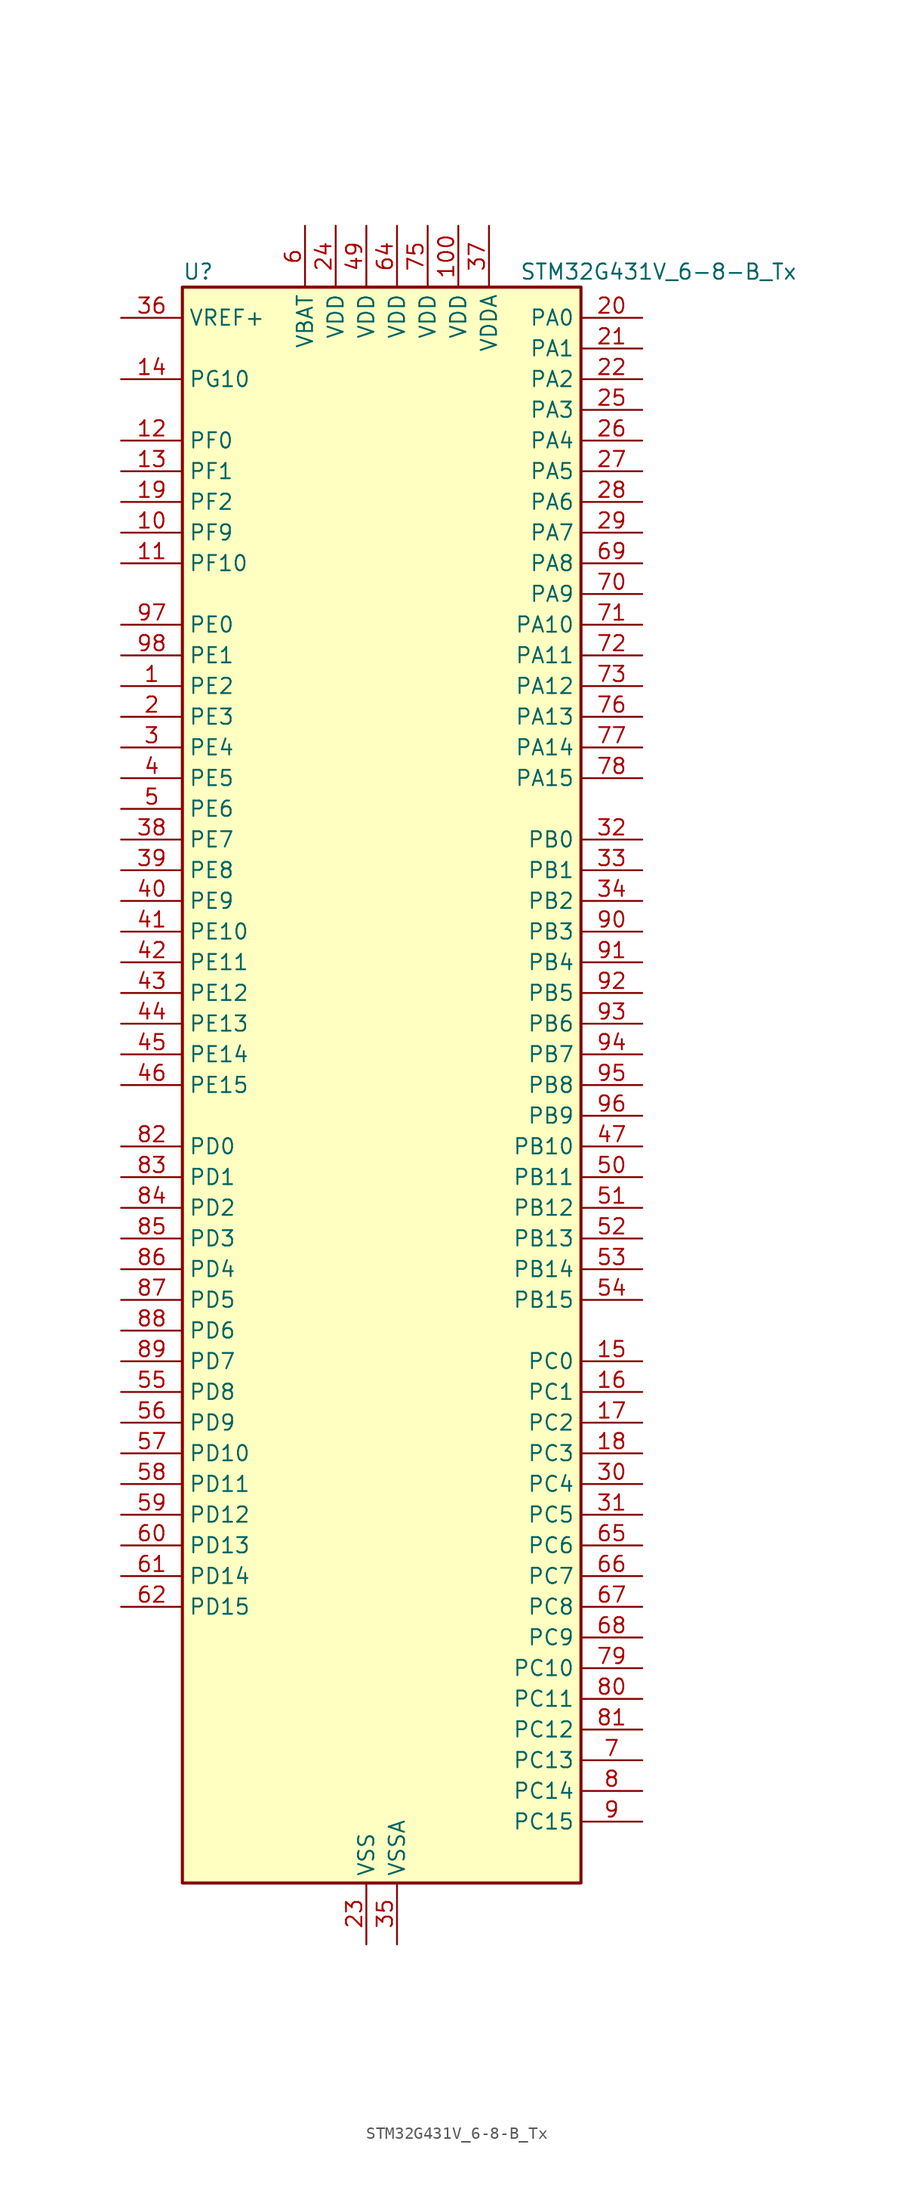
<source format=kicad_sym>
(kicad_symbol_lib
  (version 20220914)
  (generator kicad_symbol_editor)
  (symbol "STM32G431V_6-8-B_Tx"
    (property "Reference" "U"
      (at -15.24 67.31 0)
      (effects (font (size 1.27 1.27)) (justify left)))
    (property "Value" "STM32G431V_6-8-B_Tx"
      (at 12.7 67.31 0)
      (effects (font (size 1.27 1.27)) (justify left)))
    (property "ki_locked" ""
      (at 0 0 0)
      (effects (font (size 1.27 1.27))))
    (symbol "STM32G431V_6-8-B_Tx_0_1"
      (rectangle (start -15.24 -66.04) (end 17.78 66.04) (stroke (width 0.254) (type default)) (fill (type background))))
    (symbol "STM32G431V_6-8-B_Tx_1_1"
      (pin bidirectional line (at -20.32 33.02 0) (length 5.08) (name "PE2" (effects (font (size 1.27 1.27)))) (number "1" (effects (font (size 1.27 1.27)))) (alternate "SAI1_CK1" bidirectional line) (alternate "SAI1_MCLK_A" bidirectional line) (alternate "SYS_TRACECLK" bidirectional line) (alternate "TIM3_CH1" bidirectional line))
      (pin bidirectional line (at -20.32 45.72 0) (length 5.08) (name "PF9" (effects (font (size 1.27 1.27)))) (number "10" (effects (font (size 1.27 1.27)))) (alternate "DAC1_EXTI9" bidirectional line) (alternate "DAC3_EXTI9" bidirectional line) (alternate "SAI1_FS_B" bidirectional line) (alternate "SPI2_SCK" bidirectional line) (alternate "TIM15_CH1" bidirectional line))
      (pin power_in line (at 7.62 71.12 270) (length 5.08) (name "VDD" (effects (font (size 1.27 1.27)))) (number "100" (effects (font (size 1.27 1.27)))))
      (pin bidirectional line (at -20.32 43.18 0) (length 5.08) (name "PF10" (effects (font (size 1.27 1.27)))) (number "11" (effects (font (size 1.27 1.27)))) (alternate "DAC1_EXTI10" bidirectional line) (alternate "DAC3_EXTI10" bidirectional line) (alternate "SAI1_D3" bidirectional line) (alternate "SPI2_SCK" bidirectional line) (alternate "TIM15_CH2" bidirectional line))
      (pin bidirectional line (at -20.32 53.34 0) (length 5.08) (name "PF0" (effects (font (size 1.27 1.27)))) (number "12" (effects (font (size 1.27 1.27)))) (alternate "ADC1_IN10" bidirectional line) (alternate "I2C2_SDA" bidirectional line) (alternate "I2S2_WS" bidirectional line) (alternate "RCC_OSC_IN" bidirectional line) (alternate "SPI2_NSS" bidirectional line) (alternate "TIM1_CH3N" bidirectional line))
      (pin bidirectional line (at -20.32 50.8 0) (length 5.08) (name "PF1" (effects (font (size 1.27 1.27)))) (number "13" (effects (font (size 1.27 1.27)))) (alternate "ADC2_IN10" bidirectional line) (alternate "COMP3_INM" bidirectional line) (alternate "I2S2_CK" bidirectional line) (alternate "RCC_OSC_OUT" bidirectional line) (alternate "SPI2_SCK" bidirectional line))
      (pin bidirectional line (at -20.32 58.42 0) (length 5.08) (name "PG10" (effects (font (size 1.27 1.27)))) (number "14" (effects (font (size 1.27 1.27)))) (alternate "DAC1_EXTI10" bidirectional line) (alternate "DAC3_EXTI10" bidirectional line) (alternate "RCC_MCO" bidirectional line))
      (pin bidirectional line (at 22.86 -22.86 180) (length 5.08) (name "PC0" (effects (font (size 1.27 1.27)))) (number "15" (effects (font (size 1.27 1.27)))) (alternate "ADC1_IN6" bidirectional line) (alternate "ADC2_IN6" bidirectional line) (alternate "COMP3_INM" bidirectional line) (alternate "LPTIM1_IN1" bidirectional line) (alternate "LPUART1_RX" bidirectional line) (alternate "TIM1_CH1" bidirectional line))
      (pin bidirectional line (at 22.86 -25.4 180) (length 5.08) (name "PC1" (effects (font (size 1.27 1.27)))) (number "16" (effects (font (size 1.27 1.27)))) (alternate "ADC1_IN7" bidirectional line) (alternate "ADC2_IN7" bidirectional line) (alternate "COMP3_INP" bidirectional line) (alternate "LPTIM1_OUT" bidirectional line) (alternate "LPUART1_TX" bidirectional line) (alternate "SAI1_SD_A" bidirectional line) (alternate "TIM1_CH2" bidirectional line))
      (pin bidirectional line (at 22.86 -27.94 180) (length 5.08) (name "PC2" (effects (font (size 1.27 1.27)))) (number "17" (effects (font (size 1.27 1.27)))) (alternate "ADC1_IN8" bidirectional line) (alternate "ADC2_IN8" bidirectional line) (alternate "COMP3_OUT" bidirectional line) (alternate "LPTIM1_IN2" bidirectional line) (alternate "TIM1_CH3" bidirectional line))
      (pin bidirectional line (at 22.86 -30.48 180) (length 5.08) (name "PC3" (effects (font (size 1.27 1.27)))) (number "18" (effects (font (size 1.27 1.27)))) (alternate "ADC1_IN9" bidirectional line) (alternate "ADC2_IN9" bidirectional line) (alternate "LPTIM1_ETR" bidirectional line) (alternate "SAI1_D1" bidirectional line) (alternate "SAI1_SD_A" bidirectional line) (alternate "TIM1_BKIN2" bidirectional line) (alternate "TIM1_CH4" bidirectional line))
      (pin bidirectional line (at -20.32 48.26 0) (length 5.08) (name "PF2" (effects (font (size 1.27 1.27)))) (number "19" (effects (font (size 1.27 1.27)))) (alternate "I2C2_SMBA" bidirectional line))
      (pin bidirectional line (at -20.32 30.48 0) (length 5.08) (name "PE3" (effects (font (size 1.27 1.27)))) (number "2" (effects (font (size 1.27 1.27)))) (alternate "SAI1_SD_B" bidirectional line) (alternate "SYS_TRACED0" bidirectional line) (alternate "TIM3_CH2" bidirectional line))
      (pin bidirectional line (at 22.86 63.5 180) (length 5.08) (name "PA0" (effects (font (size 1.27 1.27)))) (number "20" (effects (font (size 1.27 1.27)))) (alternate "ADC1_IN1" bidirectional line) (alternate "ADC2_IN1" bidirectional line) (alternate "COMP1_INM" bidirectional line) (alternate "COMP1_OUT" bidirectional line) (alternate "COMP3_INP" bidirectional line) (alternate "RTC_TAMP2" bidirectional line) (alternate "SYS_WKUP1" bidirectional line) (alternate "TIM2_CH1" bidirectional line) (alternate "TIM2_ETR" bidirectional line) (alternate "TIM8_BKIN" bidirectional line) (alternate "TIM8_ETR" bidirectional line) (alternate "USART2_CTS" bidirectional line) (alternate "USART2_NSS" bidirectional line))
      (pin bidirectional line (at 22.86 60.96 180) (length 5.08) (name "PA1" (effects (font (size 1.27 1.27)))) (number "21" (effects (font (size 1.27 1.27)))) (alternate "ADC1_IN2" bidirectional line) (alternate "ADC2_IN2" bidirectional line) (alternate "COMP1_INP" bidirectional line) (alternate "OPAMP1_VINP" bidirectional line) (alternate "OPAMP1_VINP_SEC" bidirectional line) (alternate "OPAMP3_VINP" bidirectional line) (alternate "OPAMP3_VINP_SEC" bidirectional line) (alternate "RTC_REFIN" bidirectional line) (alternate "TIM15_CH1N" bidirectional line) (alternate "TIM2_CH2" bidirectional line) (alternate "USART2_DE" bidirectional line) (alternate "USART2_RTS" bidirectional line))
      (pin bidirectional line (at 22.86 58.42 180) (length 5.08) (name "PA2" (effects (font (size 1.27 1.27)))) (number "22" (effects (font (size 1.27 1.27)))) (alternate "ADC1_IN3" bidirectional line) (alternate "COMP2_INM" bidirectional line) (alternate "COMP2_OUT" bidirectional line) (alternate "LPUART1_TX" bidirectional line) (alternate "OPAMP1_VOUT" bidirectional line) (alternate "RCC_LSCO" bidirectional line) (alternate "SYS_WKUP4" bidirectional line) (alternate "TIM15_CH1" bidirectional line) (alternate "TIM2_CH3" bidirectional line) (alternate "UCPD1_FRSTX1" bidirectional line) (alternate "UCPD1_FRSTX2" bidirectional line) (alternate "USART2_TX" bidirectional line))
      (pin power_in line (at 0 -71.12 90) (length 5.08) (name "VSS" (effects (font (size 1.27 1.27)))) (number "23" (effects (font (size 1.27 1.27)))))
      (pin power_in line (at -2.54 71.12 270) (length 5.08) (name "VDD" (effects (font (size 1.27 1.27)))) (number "24" (effects (font (size 1.27 1.27)))))
      (pin bidirectional line (at 22.86 55.88 180) (length 5.08) (name "PA3" (effects (font (size 1.27 1.27)))) (number "25" (effects (font (size 1.27 1.27)))) (alternate "ADC1_IN4" bidirectional line) (alternate "COMP2_INP" bidirectional line) (alternate "LPUART1_RX" bidirectional line) (alternate "OPAMP1_VINM" bidirectional line) (alternate "OPAMP1_VINM0" bidirectional line) (alternate "OPAMP1_VINM_SEC" bidirectional line) (alternate "OPAMP1_VINP" bidirectional line) (alternate "OPAMP1_VINP_SEC" bidirectional line) (alternate "SAI1_CK1" bidirectional line) (alternate "SAI1_MCLK_A" bidirectional line) (alternate "TIM15_CH2" bidirectional line) (alternate "TIM2_CH4" bidirectional line) (alternate "USART2_RX" bidirectional line))
      (pin bidirectional line (at 22.86 53.34 180) (length 5.08) (name "PA4" (effects (font (size 1.27 1.27)))) (number "26" (effects (font (size 1.27 1.27)))) (alternate "ADC2_IN17" bidirectional line) (alternate "COMP1_INM" bidirectional line) (alternate "DAC1_OUT1" bidirectional line) (alternate "I2S3_WS" bidirectional line) (alternate "SAI1_FS_B" bidirectional line) (alternate "SPI1_NSS" bidirectional line) (alternate "SPI3_NSS" bidirectional line) (alternate "TIM3_CH2" bidirectional line) (alternate "USART2_CK" bidirectional line))
      (pin bidirectional line (at 22.86 50.8 180) (length 5.08) (name "PA5" (effects (font (size 1.27 1.27)))) (number "27" (effects (font (size 1.27 1.27)))) (alternate "ADC2_IN13" bidirectional line) (alternate "COMP2_INM" bidirectional line) (alternate "DAC1_OUT2" bidirectional line) (alternate "OPAMP2_VINM" bidirectional line) (alternate "OPAMP2_VINM0" bidirectional line) (alternate "OPAMP2_VINM_SEC" bidirectional line) (alternate "SPI1_SCK" bidirectional line) (alternate "TIM2_CH1" bidirectional line) (alternate "TIM2_ETR" bidirectional line) (alternate "UCPD1_FRSTX1" bidirectional line) (alternate "UCPD1_FRSTX2" bidirectional line))
      (pin bidirectional line (at 22.86 48.26 180) (length 5.08) (name "PA6" (effects (font (size 1.27 1.27)))) (number "28" (effects (font (size 1.27 1.27)))) (alternate "ADC2_IN3" bidirectional line) (alternate "COMP1_OUT" bidirectional line) (alternate "LPUART1_CTS" bidirectional line) (alternate "OPAMP2_VOUT" bidirectional line) (alternate "SPI1_MISO" bidirectional line) (alternate "TIM16_CH1" bidirectional line) (alternate "TIM1_BKIN" bidirectional line) (alternate "TIM3_CH1" bidirectional line) (alternate "TIM8_BKIN" bidirectional line))
      (pin bidirectional line (at 22.86 45.72 180) (length 5.08) (name "PA7" (effects (font (size 1.27 1.27)))) (number "29" (effects (font (size 1.27 1.27)))) (alternate "ADC2_IN4" bidirectional line) (alternate "COMP2_INP" bidirectional line) (alternate "COMP2_OUT" bidirectional line) (alternate "OPAMP1_VINP" bidirectional line) (alternate "OPAMP1_VINP_SEC" bidirectional line) (alternate "OPAMP2_VINP" bidirectional line) (alternate "OPAMP2_VINP_SEC" bidirectional line) (alternate "SPI1_MOSI" bidirectional line) (alternate "TIM17_CH1" bidirectional line) (alternate "TIM1_CH1N" bidirectional line) (alternate "TIM3_CH2" bidirectional line) (alternate "TIM8_CH1N" bidirectional line) (alternate "UCPD1_FRSTX1" bidirectional line) (alternate "UCPD1_FRSTX2" bidirectional line))
      (pin bidirectional line (at -20.32 27.94 0) (length 5.08) (name "PE4" (effects (font (size 1.27 1.27)))) (number "3" (effects (font (size 1.27 1.27)))) (alternate "SAI1_D2" bidirectional line) (alternate "SAI1_FS_A" bidirectional line) (alternate "SYS_TRACED1" bidirectional line) (alternate "TIM3_CH3" bidirectional line))
      (pin bidirectional line (at 22.86 -33.02 180) (length 5.08) (name "PC4" (effects (font (size 1.27 1.27)))) (number "30" (effects (font (size 1.27 1.27)))) (alternate "ADC2_IN5" bidirectional line) (alternate "I2C2_SCL" bidirectional line) (alternate "TIM1_ETR" bidirectional line) (alternate "USART1_TX" bidirectional line))
      (pin bidirectional line (at 22.86 -35.56 180) (length 5.08) (name "PC5" (effects (font (size 1.27 1.27)))) (number "31" (effects (font (size 1.27 1.27)))) (alternate "ADC2_IN11" bidirectional line) (alternate "OPAMP1_VINM" bidirectional line) (alternate "OPAMP1_VINM1" bidirectional line) (alternate "OPAMP1_VINM_SEC" bidirectional line) (alternate "OPAMP2_VINM" bidirectional line) (alternate "OPAMP2_VINM1" bidirectional line) (alternate "OPAMP2_VINM_SEC" bidirectional line) (alternate "SAI1_D3" bidirectional line) (alternate "SYS_WKUP5" bidirectional line) (alternate "TIM15_BKIN" bidirectional line) (alternate "TIM1_CH4N" bidirectional line) (alternate "USART1_RX" bidirectional line))
      (pin bidirectional line (at 22.86 20.32 180) (length 5.08) (name "PB0" (effects (font (size 1.27 1.27)))) (number "32" (effects (font (size 1.27 1.27)))) (alternate "ADC1_IN15" bidirectional line) (alternate "COMP4_INP" bidirectional line) (alternate "OPAMP2_VINP" bidirectional line) (alternate "OPAMP2_VINP_SEC" bidirectional line) (alternate "OPAMP3_VINP" bidirectional line) (alternate "OPAMP3_VINP_SEC" bidirectional line) (alternate "TIM1_CH2N" bidirectional line) (alternate "TIM3_CH3" bidirectional line) (alternate "TIM8_CH2N" bidirectional line) (alternate "UCPD1_FRSTX1" bidirectional line) (alternate "UCPD1_FRSTX2" bidirectional line))
      (pin bidirectional line (at 22.86 17.78 180) (length 5.08) (name "PB1" (effects (font (size 1.27 1.27)))) (number "33" (effects (font (size 1.27 1.27)))) (alternate "ADC1_IN12" bidirectional line) (alternate "COMP1_INP" bidirectional line) (alternate "COMP4_OUT" bidirectional line) (alternate "LPUART1_DE" bidirectional line) (alternate "LPUART1_RTS" bidirectional line) (alternate "OPAMP3_VOUT" bidirectional line) (alternate "TIM1_CH3N" bidirectional line) (alternate "TIM3_CH4" bidirectional line) (alternate "TIM8_CH3N" bidirectional line))
      (pin bidirectional line (at 22.86 15.24 180) (length 5.08) (name "PB2" (effects (font (size 1.27 1.27)))) (number "34" (effects (font (size 1.27 1.27)))) (alternate "ADC2_IN12" bidirectional line) (alternate "COMP4_INM" bidirectional line) (alternate "I2C3_SMBA" bidirectional line) (alternate "LPTIM1_OUT" bidirectional line) (alternate "OPAMP3_VINM" bidirectional line) (alternate "OPAMP3_VINM0" bidirectional line) (alternate "OPAMP3_VINM_SEC" bidirectional line) (alternate "RTC_OUT2" bidirectional line))
      (pin power_in line (at 2.54 -71.12 90) (length 5.08) (name "VSSA" (effects (font (size 1.27 1.27)))) (number "35" (effects (font (size 1.27 1.27)))))
      (pin input line (at -20.32 63.5 0) (length 5.08) (name "VREF+" (effects (font (size 1.27 1.27)))) (number "36" (effects (font (size 1.27 1.27)))) (alternate "VREFBUF_OUT" bidirectional line))
      (pin power_in line (at 10.16 71.12 270) (length 5.08) (name "VDDA" (effects (font (size 1.27 1.27)))) (number "37" (effects (font (size 1.27 1.27)))))
      (pin bidirectional line (at -20.32 20.32 0) (length 5.08) (name "PE7" (effects (font (size 1.27 1.27)))) (number "38" (effects (font (size 1.27 1.27)))) (alternate "COMP4_INP" bidirectional line) (alternate "SAI1_SD_B" bidirectional line) (alternate "TIM1_ETR" bidirectional line))
      (pin bidirectional line (at -20.32 17.78 0) (length 5.08) (name "PE8" (effects (font (size 1.27 1.27)))) (number "39" (effects (font (size 1.27 1.27)))) (alternate "COMP4_INM" bidirectional line) (alternate "SAI1_SCK_B" bidirectional line) (alternate "TIM1_CH1N" bidirectional line))
      (pin bidirectional line (at -20.32 25.4 0) (length 5.08) (name "PE5" (effects (font (size 1.27 1.27)))) (number "4" (effects (font (size 1.27 1.27)))) (alternate "SAI1_CK2" bidirectional line) (alternate "SAI1_SCK_A" bidirectional line) (alternate "SYS_TRACED2" bidirectional line) (alternate "TIM3_CH4" bidirectional line))
      (pin bidirectional line (at -20.32 15.24 0) (length 5.08) (name "PE9" (effects (font (size 1.27 1.27)))) (number "40" (effects (font (size 1.27 1.27)))) (alternate "DAC1_EXTI9" bidirectional line) (alternate "DAC3_EXTI9" bidirectional line) (alternate "SAI1_FS_B" bidirectional line) (alternate "TIM1_CH1" bidirectional line))
      (pin bidirectional line (at -20.32 12.7 0) (length 5.08) (name "PE10" (effects (font (size 1.27 1.27)))) (number "41" (effects (font (size 1.27 1.27)))) (alternate "DAC1_EXTI10" bidirectional line) (alternate "DAC3_EXTI10" bidirectional line) (alternate "SAI1_MCLK_B" bidirectional line) (alternate "TIM1_CH2N" bidirectional line))
      (pin bidirectional line (at -20.32 10.16 0) (length 5.08) (name "PE11" (effects (font (size 1.27 1.27)))) (number "42" (effects (font (size 1.27 1.27)))) (alternate "ADC1_EXTI11" bidirectional line) (alternate "ADC2_EXTI11" bidirectional line) (alternate "TIM1_CH2" bidirectional line))
      (pin bidirectional line (at -20.32 7.62 0) (length 5.08) (name "PE12" (effects (font (size 1.27 1.27)))) (number "43" (effects (font (size 1.27 1.27)))) (alternate "TIM1_CH3N" bidirectional line))
      (pin bidirectional line (at -20.32 5.08 0) (length 5.08) (name "PE13" (effects (font (size 1.27 1.27)))) (number "44" (effects (font (size 1.27 1.27)))) (alternate "TIM1_CH3" bidirectional line))
      (pin bidirectional line (at -20.32 2.54 0) (length 5.08) (name "PE14" (effects (font (size 1.27 1.27)))) (number "45" (effects (font (size 1.27 1.27)))) (alternate "TIM1_BKIN2" bidirectional line) (alternate "TIM1_CH4" bidirectional line))
      (pin bidirectional line (at -20.32 0 0) (length 5.08) (name "PE15" (effects (font (size 1.27 1.27)))) (number "46" (effects (font (size 1.27 1.27)))) (alternate "ADC1_EXTI15" bidirectional line) (alternate "ADC2_EXTI15" bidirectional line) (alternate "TIM1_BKIN" bidirectional line) (alternate "TIM1_CH4N" bidirectional line) (alternate "USART3_RX" bidirectional line))
      (pin bidirectional line (at 22.86 -5.08 180) (length 5.08) (name "PB10" (effects (font (size 1.27 1.27)))) (number "47" (effects (font (size 1.27 1.27)))) (alternate "DAC1_EXTI10" bidirectional line) (alternate "DAC3_EXTI10" bidirectional line) (alternate "LPUART1_RX" bidirectional line) (alternate "OPAMP3_VINM" bidirectional line) (alternate "OPAMP3_VINM1" bidirectional line) (alternate "OPAMP3_VINM_SEC" bidirectional line) (alternate "SAI1_SCK_A" bidirectional line) (alternate "TIM1_BKIN" bidirectional line) (alternate "TIM2_CH3" bidirectional line) (alternate "USART3_TX" bidirectional line))
      (pin passive line (at 0 -71.12 90) (length 5.08) hide (name "VSS" (effects (font (size 1.27 1.27)))) (number "48" (effects (font (size 1.27 1.27)))))
      (pin power_in line (at 0 71.12 270) (length 5.08) (name "VDD" (effects (font (size 1.27 1.27)))) (number "49" (effects (font (size 1.27 1.27)))))
      (pin bidirectional line (at -20.32 22.86 0) (length 5.08) (name "PE6" (effects (font (size 1.27 1.27)))) (number "5" (effects (font (size 1.27 1.27)))) (alternate "RTC_TAMP3" bidirectional line) (alternate "SAI1_D1" bidirectional line) (alternate "SAI1_SD_A" bidirectional line) (alternate "SYS_TRACED3" bidirectional line) (alternate "SYS_WKUP3" bidirectional line))
      (pin bidirectional line (at 22.86 -7.62 180) (length 5.08) (name "PB11" (effects (font (size 1.27 1.27)))) (number "50" (effects (font (size 1.27 1.27)))) (alternate "ADC1_EXTI11" bidirectional line) (alternate "ADC1_IN14" bidirectional line) (alternate "ADC2_EXTI11" bidirectional line) (alternate "ADC2_IN14" bidirectional line) (alternate "LPUART1_TX" bidirectional line) (alternate "TIM2_CH4" bidirectional line) (alternate "USART3_RX" bidirectional line))
      (pin bidirectional line (at 22.86 -10.16 180) (length 5.08) (name "PB12" (effects (font (size 1.27 1.27)))) (number "51" (effects (font (size 1.27 1.27)))) (alternate "ADC1_IN11" bidirectional line) (alternate "I2C2_SMBA" bidirectional line) (alternate "I2S2_WS" bidirectional line) (alternate "LPUART1_DE" bidirectional line) (alternate "LPUART1_RTS" bidirectional line) (alternate "SPI2_NSS" bidirectional line) (alternate "TIM1_BKIN" bidirectional line) (alternate "USART3_CK" bidirectional line))
      (pin bidirectional line (at 22.86 -12.7 180) (length 5.08) (name "PB13" (effects (font (size 1.27 1.27)))) (number "52" (effects (font (size 1.27 1.27)))) (alternate "I2S2_CK" bidirectional line) (alternate "LPUART1_CTS" bidirectional line) (alternate "OPAMP3_VINP" bidirectional line) (alternate "OPAMP3_VINP_SEC" bidirectional line) (alternate "SPI2_SCK" bidirectional line) (alternate "TIM1_CH1N" bidirectional line) (alternate "USART3_CTS" bidirectional line) (alternate "USART3_NSS" bidirectional line))
      (pin bidirectional line (at 22.86 -15.24 180) (length 5.08) (name "PB14" (effects (font (size 1.27 1.27)))) (number "53" (effects (font (size 1.27 1.27)))) (alternate "ADC1_IN5" bidirectional line) (alternate "COMP4_OUT" bidirectional line) (alternate "OPAMP2_VINP" bidirectional line) (alternate "OPAMP2_VINP_SEC" bidirectional line) (alternate "SPI2_MISO" bidirectional line) (alternate "TIM15_CH1" bidirectional line) (alternate "TIM1_CH2N" bidirectional line) (alternate "USART3_DE" bidirectional line) (alternate "USART3_RTS" bidirectional line))
      (pin bidirectional line (at 22.86 -17.78 180) (length 5.08) (name "PB15" (effects (font (size 1.27 1.27)))) (number "54" (effects (font (size 1.27 1.27)))) (alternate "ADC1_EXTI15" bidirectional line) (alternate "ADC2_EXTI15" bidirectional line) (alternate "ADC2_IN15" bidirectional line) (alternate "COMP3_OUT" bidirectional line) (alternate "I2S2_SD" bidirectional line) (alternate "RTC_REFIN" bidirectional line) (alternate "SPI2_MOSI" bidirectional line) (alternate "TIM15_CH1N" bidirectional line) (alternate "TIM15_CH2" bidirectional line) (alternate "TIM1_CH3N" bidirectional line))
      (pin bidirectional line (at -20.32 -25.4 0) (length 5.08) (name "PD8" (effects (font (size 1.27 1.27)))) (number "55" (effects (font (size 1.27 1.27)))) (alternate "USART3_TX" bidirectional line))
      (pin bidirectional line (at -20.32 -27.94 0) (length 5.08) (name "PD9" (effects (font (size 1.27 1.27)))) (number "56" (effects (font (size 1.27 1.27)))) (alternate "DAC1_EXTI9" bidirectional line) (alternate "DAC3_EXTI9" bidirectional line) (alternate "USART3_RX" bidirectional line))
      (pin bidirectional line (at -20.32 -30.48 0) (length 5.08) (name "PD10" (effects (font (size 1.27 1.27)))) (number "57" (effects (font (size 1.27 1.27)))) (alternate "DAC1_EXTI10" bidirectional line) (alternate "DAC3_EXTI10" bidirectional line) (alternate "USART3_CK" bidirectional line))
      (pin bidirectional line (at -20.32 -33.02 0) (length 5.08) (name "PD11" (effects (font (size 1.27 1.27)))) (number "58" (effects (font (size 1.27 1.27)))) (alternate "ADC1_EXTI11" bidirectional line) (alternate "ADC2_EXTI11" bidirectional line) (alternate "USART3_CTS" bidirectional line) (alternate "USART3_NSS" bidirectional line))
      (pin bidirectional line (at -20.32 -35.56 0) (length 5.08) (name "PD12" (effects (font (size 1.27 1.27)))) (number "59" (effects (font (size 1.27 1.27)))) (alternate "TIM4_CH1" bidirectional line) (alternate "USART3_DE" bidirectional line) (alternate "USART3_RTS" bidirectional line))
      (pin power_in line (at -5.08 71.12 270) (length 5.08) (name "VBAT" (effects (font (size 1.27 1.27)))) (number "6" (effects (font (size 1.27 1.27)))))
      (pin bidirectional line (at -20.32 -38.1 0) (length 5.08) (name "PD13" (effects (font (size 1.27 1.27)))) (number "60" (effects (font (size 1.27 1.27)))) (alternate "TIM4_CH2" bidirectional line))
      (pin bidirectional line (at -20.32 -40.64 0) (length 5.08) (name "PD14" (effects (font (size 1.27 1.27)))) (number "61" (effects (font (size 1.27 1.27)))) (alternate "OPAMP2_VINP" bidirectional line) (alternate "OPAMP2_VINP_SEC" bidirectional line) (alternate "TIM4_CH3" bidirectional line))
      (pin bidirectional line (at -20.32 -43.18 0) (length 5.08) (name "PD15" (effects (font (size 1.27 1.27)))) (number "62" (effects (font (size 1.27 1.27)))) (alternate "ADC1_EXTI15" bidirectional line) (alternate "ADC2_EXTI15" bidirectional line) (alternate "SPI2_NSS" bidirectional line) (alternate "TIM4_CH4" bidirectional line))
      (pin passive line (at 0 -71.12 90) (length 5.08) hide (name "VSS" (effects (font (size 1.27 1.27)))) (number "63" (effects (font (size 1.27 1.27)))))
      (pin power_in line (at 2.54 71.12 270) (length 5.08) (name "VDD" (effects (font (size 1.27 1.27)))) (number "64" (effects (font (size 1.27 1.27)))))
      (pin bidirectional line (at 22.86 -38.1 180) (length 5.08) (name "PC6" (effects (font (size 1.27 1.27)))) (number "65" (effects (font (size 1.27 1.27)))) (alternate "I2S2_MCK" bidirectional line) (alternate "TIM3_CH1" bidirectional line) (alternate "TIM8_CH1" bidirectional line))
      (pin bidirectional line (at 22.86 -40.64 180) (length 5.08) (name "PC7" (effects (font (size 1.27 1.27)))) (number "66" (effects (font (size 1.27 1.27)))) (alternate "I2S3_MCK" bidirectional line) (alternate "TIM3_CH2" bidirectional line) (alternate "TIM8_CH2" bidirectional line))
      (pin bidirectional line (at 22.86 -43.18 180) (length 5.08) (name "PC8" (effects (font (size 1.27 1.27)))) (number "67" (effects (font (size 1.27 1.27)))) (alternate "I2C3_SCL" bidirectional line) (alternate "TIM3_CH3" bidirectional line) (alternate "TIM8_CH3" bidirectional line))
      (pin bidirectional line (at 22.86 -45.72 180) (length 5.08) (name "PC9" (effects (font (size 1.27 1.27)))) (number "68" (effects (font (size 1.27 1.27)))) (alternate "DAC1_EXTI9" bidirectional line) (alternate "DAC3_EXTI9" bidirectional line) (alternate "I2C3_SDA" bidirectional line) (alternate "I2S_CKIN" bidirectional line) (alternate "TIM3_CH4" bidirectional line) (alternate "TIM8_BKIN2" bidirectional line) (alternate "TIM8_CH4" bidirectional line))
      (pin bidirectional line (at 22.86 43.18 180) (length 5.08) (name "PA8" (effects (font (size 1.27 1.27)))) (number "69" (effects (font (size 1.27 1.27)))) (alternate "I2C2_SDA" bidirectional line) (alternate "I2C3_SCL" bidirectional line) (alternate "I2S2_MCK" bidirectional line) (alternate "RCC_MCO" bidirectional line) (alternate "SAI1_CK2" bidirectional line) (alternate "SAI1_SCK_A" bidirectional line) (alternate "TIM1_CH1" bidirectional line) (alternate "TIM4_ETR" bidirectional line) (alternate "USART1_CK" bidirectional line))
      (pin bidirectional line (at 22.86 -55.88 180) (length 5.08) (name "PC13" (effects (font (size 1.27 1.27)))) (number "7" (effects (font (size 1.27 1.27)))) (alternate "RTC_OUT1" bidirectional line) (alternate "RTC_TAMP1" bidirectional line) (alternate "RTC_TS" bidirectional line) (alternate "SYS_WKUP2" bidirectional line) (alternate "TIM1_BKIN" bidirectional line) (alternate "TIM1_CH1N" bidirectional line) (alternate "TIM8_CH4N" bidirectional line))
      (pin bidirectional line (at 22.86 40.64 180) (length 5.08) (name "PA9" (effects (font (size 1.27 1.27)))) (number "70" (effects (font (size 1.27 1.27)))) (alternate "DAC1_EXTI9" bidirectional line) (alternate "DAC3_EXTI9" bidirectional line) (alternate "I2C2_SCL" bidirectional line) (alternate "I2C3_SMBA" bidirectional line) (alternate "I2S3_MCK" bidirectional line) (alternate "SAI1_FS_A" bidirectional line) (alternate "TIM15_BKIN" bidirectional line) (alternate "TIM1_CH2" bidirectional line) (alternate "TIM2_CH3" bidirectional line) (alternate "UCPD1_DBCC1" bidirectional line) (alternate "USART1_TX" bidirectional line))
      (pin bidirectional line (at 22.86 38.1 180) (length 5.08) (name "PA10" (effects (font (size 1.27 1.27)))) (number "71" (effects (font (size 1.27 1.27)))) (alternate "CRS_SYNC" bidirectional line) (alternate "DAC1_EXTI10" bidirectional line) (alternate "DAC3_EXTI10" bidirectional line) (alternate "I2C2_SMBA" bidirectional line) (alternate "SAI1_D1" bidirectional line) (alternate "SAI1_SD_A" bidirectional line) (alternate "SPI2_MISO" bidirectional line) (alternate "TIM17_BKIN" bidirectional line) (alternate "TIM1_CH3" bidirectional line) (alternate "TIM2_CH4" bidirectional line) (alternate "TIM8_BKIN" bidirectional line) (alternate "UCPD1_DBCC2" bidirectional line) (alternate "USART1_RX" bidirectional line))
      (pin bidirectional line (at 22.86 35.56 180) (length 5.08) (name "PA11" (effects (font (size 1.27 1.27)))) (number "72" (effects (font (size 1.27 1.27)))) (alternate "ADC1_EXTI11" bidirectional line) (alternate "ADC2_EXTI11" bidirectional line) (alternate "COMP1_OUT" bidirectional line) (alternate "FDCAN1_RX" bidirectional line) (alternate "I2S2_SD" bidirectional line) (alternate "SPI2_MOSI" bidirectional line) (alternate "TIM1_BKIN2" bidirectional line) (alternate "TIM1_CH1N" bidirectional line) (alternate "TIM1_CH4" bidirectional line) (alternate "TIM4_CH1" bidirectional line) (alternate "USART1_CTS" bidirectional line) (alternate "USART1_NSS" bidirectional line) (alternate "USB_DM" bidirectional line))
      (pin bidirectional line (at 22.86 33.02 180) (length 5.08) (name "PA12" (effects (font (size 1.27 1.27)))) (number "73" (effects (font (size 1.27 1.27)))) (alternate "COMP2_OUT" bidirectional line) (alternate "FDCAN1_TX" bidirectional line) (alternate "I2S_CKIN" bidirectional line) (alternate "TIM16_CH1" bidirectional line) (alternate "TIM1_CH2N" bidirectional line) (alternate "TIM1_ETR" bidirectional line) (alternate "TIM4_CH2" bidirectional line) (alternate "USART1_DE" bidirectional line) (alternate "USART1_RTS" bidirectional line) (alternate "USB_DP" bidirectional line))
      (pin passive line (at 0 -71.12 90) (length 5.08) hide (name "VSS" (effects (font (size 1.27 1.27)))) (number "74" (effects (font (size 1.27 1.27)))))
      (pin power_in line (at 5.08 71.12 270) (length 5.08) (name "VDD" (effects (font (size 1.27 1.27)))) (number "75" (effects (font (size 1.27 1.27)))))
      (pin bidirectional line (at 22.86 30.48 180) (length 5.08) (name "PA13" (effects (font (size 1.27 1.27)))) (number "76" (effects (font (size 1.27 1.27)))) (alternate "I2C1_SCL" bidirectional line) (alternate "IR_OUT" bidirectional line) (alternate "SAI1_SD_B" bidirectional line) (alternate "SYS_JTMS-SWDIO" bidirectional line) (alternate "TIM16_CH1N" bidirectional line) (alternate "TIM4_CH3" bidirectional line) (alternate "USART3_CTS" bidirectional line) (alternate "USART3_NSS" bidirectional line))
      (pin bidirectional line (at 22.86 27.94 180) (length 5.08) (name "PA14" (effects (font (size 1.27 1.27)))) (number "77" (effects (font (size 1.27 1.27)))) (alternate "I2C1_SDA" bidirectional line) (alternate "LPTIM1_OUT" bidirectional line) (alternate "SAI1_FS_B" bidirectional line) (alternate "SYS_JTCK-SWCLK" bidirectional line) (alternate "TIM1_BKIN" bidirectional line) (alternate "TIM8_CH2" bidirectional line) (alternate "USART2_TX" bidirectional line))
      (pin bidirectional line (at 22.86 25.4 180) (length 5.08) (name "PA15" (effects (font (size 1.27 1.27)))) (number "78" (effects (font (size 1.27 1.27)))) (alternate "ADC1_EXTI15" bidirectional line) (alternate "ADC2_EXTI15" bidirectional line) (alternate "I2C1_SCL" bidirectional line) (alternate "I2S3_WS" bidirectional line) (alternate "SPI1_NSS" bidirectional line) (alternate "SPI3_NSS" bidirectional line) (alternate "SYS_JTDI" bidirectional line) (alternate "TIM1_BKIN" bidirectional line) (alternate "TIM2_CH1" bidirectional line) (alternate "TIM2_ETR" bidirectional line) (alternate "TIM8_CH1" bidirectional line) (alternate "UART4_DE" bidirectional line) (alternate "UART4_RTS" bidirectional line) (alternate "USART2_RX" bidirectional line))
      (pin bidirectional line (at 22.86 -48.26 180) (length 5.08) (name "PC10" (effects (font (size 1.27 1.27)))) (number "79" (effects (font (size 1.27 1.27)))) (alternate "DAC1_EXTI10" bidirectional line) (alternate "DAC3_EXTI10" bidirectional line) (alternate "I2S3_CK" bidirectional line) (alternate "SPI3_SCK" bidirectional line) (alternate "TIM8_CH1N" bidirectional line) (alternate "UART4_TX" bidirectional line) (alternate "USART3_TX" bidirectional line))
      (pin bidirectional line (at 22.86 -58.42 180) (length 5.08) (name "PC14" (effects (font (size 1.27 1.27)))) (number "8" (effects (font (size 1.27 1.27)))) (alternate "RCC_OSC32_IN" bidirectional line))
      (pin bidirectional line (at 22.86 -50.8 180) (length 5.08) (name "PC11" (effects (font (size 1.27 1.27)))) (number "80" (effects (font (size 1.27 1.27)))) (alternate "ADC1_EXTI11" bidirectional line) (alternate "ADC2_EXTI11" bidirectional line) (alternate "I2C3_SDA" bidirectional line) (alternate "SPI3_MISO" bidirectional line) (alternate "TIM8_CH2N" bidirectional line) (alternate "UART4_RX" bidirectional line) (alternate "USART3_RX" bidirectional line))
      (pin bidirectional line (at 22.86 -53.34 180) (length 5.08) (name "PC12" (effects (font (size 1.27 1.27)))) (number "81" (effects (font (size 1.27 1.27)))) (alternate "I2S3_SD" bidirectional line) (alternate "SPI3_MOSI" bidirectional line) (alternate "TIM8_CH3N" bidirectional line) (alternate "UCPD1_FRSTX1" bidirectional line) (alternate "UCPD1_FRSTX2" bidirectional line) (alternate "USART3_CK" bidirectional line))
      (pin bidirectional line (at -20.32 -5.08 0) (length 5.08) (name "PD0" (effects (font (size 1.27 1.27)))) (number "82" (effects (font (size 1.27 1.27)))) (alternate "FDCAN1_RX" bidirectional line) (alternate "TIM8_CH4N" bidirectional line))
      (pin bidirectional line (at -20.32 -7.62 0) (length 5.08) (name "PD1" (effects (font (size 1.27 1.27)))) (number "83" (effects (font (size 1.27 1.27)))) (alternate "FDCAN1_TX" bidirectional line) (alternate "TIM8_BKIN2" bidirectional line) (alternate "TIM8_CH4" bidirectional line))
      (pin bidirectional line (at -20.32 -10.16 0) (length 5.08) (name "PD2" (effects (font (size 1.27 1.27)))) (number "84" (effects (font (size 1.27 1.27)))) (alternate "TIM3_ETR" bidirectional line) (alternate "TIM8_BKIN" bidirectional line))
      (pin bidirectional line (at -20.32 -12.7 0) (length 5.08) (name "PD3" (effects (font (size 1.27 1.27)))) (number "85" (effects (font (size 1.27 1.27)))) (alternate "TIM2_CH1" bidirectional line) (alternate "TIM2_ETR" bidirectional line) (alternate "USART2_CTS" bidirectional line) (alternate "USART2_NSS" bidirectional line))
      (pin bidirectional line (at -20.32 -15.24 0) (length 5.08) (name "PD4" (effects (font (size 1.27 1.27)))) (number "86" (effects (font (size 1.27 1.27)))) (alternate "TIM2_CH2" bidirectional line) (alternate "USART2_DE" bidirectional line) (alternate "USART2_RTS" bidirectional line))
      (pin bidirectional line (at -20.32 -17.78 0) (length 5.08) (name "PD5" (effects (font (size 1.27 1.27)))) (number "87" (effects (font (size 1.27 1.27)))) (alternate "USART2_TX" bidirectional line))
      (pin bidirectional line (at -20.32 -20.32 0) (length 5.08) (name "PD6" (effects (font (size 1.27 1.27)))) (number "88" (effects (font (size 1.27 1.27)))) (alternate "SAI1_D1" bidirectional line) (alternate "SAI1_SD_A" bidirectional line) (alternate "TIM2_CH4" bidirectional line) (alternate "USART2_RX" bidirectional line))
      (pin bidirectional line (at -20.32 -22.86 0) (length 5.08) (name "PD7" (effects (font (size 1.27 1.27)))) (number "89" (effects (font (size 1.27 1.27)))) (alternate "TIM2_CH3" bidirectional line) (alternate "USART2_CK" bidirectional line))
      (pin bidirectional line (at 22.86 -60.96 180) (length 5.08) (name "PC15" (effects (font (size 1.27 1.27)))) (number "9" (effects (font (size 1.27 1.27)))) (alternate "ADC1_EXTI15" bidirectional line) (alternate "ADC2_EXTI15" bidirectional line) (alternate "RCC_OSC32_OUT" bidirectional line))
      (pin bidirectional line (at 22.86 12.7 180) (length 5.08) (name "PB3" (effects (font (size 1.27 1.27)))) (number "90" (effects (font (size 1.27 1.27)))) (alternate "CRS_SYNC" bidirectional line) (alternate "I2S3_CK" bidirectional line) (alternate "SAI1_SCK_B" bidirectional line) (alternate "SPI1_SCK" bidirectional line) (alternate "SPI3_SCK" bidirectional line) (alternate "SYS_JTDO-SWO" bidirectional line) (alternate "TIM2_CH2" bidirectional line) (alternate "TIM3_ETR" bidirectional line) (alternate "TIM4_ETR" bidirectional line) (alternate "TIM8_CH1N" bidirectional line) (alternate "USART2_TX" bidirectional line))
      (pin bidirectional line (at 22.86 10.16 180) (length 5.08) (name "PB4" (effects (font (size 1.27 1.27)))) (number "91" (effects (font (size 1.27 1.27)))) (alternate "SAI1_MCLK_B" bidirectional line) (alternate "SPI1_MISO" bidirectional line) (alternate "SPI3_MISO" bidirectional line) (alternate "SYS_JTRST" bidirectional line) (alternate "TIM16_CH1" bidirectional line) (alternate "TIM17_BKIN" bidirectional line) (alternate "TIM3_CH1" bidirectional line) (alternate "TIM8_CH2N" bidirectional line) (alternate "UCPD1_CC2" bidirectional line) (alternate "USART2_RX" bidirectional line))
      (pin bidirectional line (at 22.86 7.62 180) (length 5.08) (name "PB5" (effects (font (size 1.27 1.27)))) (number "92" (effects (font (size 1.27 1.27)))) (alternate "I2C1_SMBA" bidirectional line) (alternate "I2C3_SDA" bidirectional line) (alternate "I2S3_SD" bidirectional line) (alternate "LPTIM1_IN1" bidirectional line) (alternate "SAI1_SD_B" bidirectional line) (alternate "SPI1_MOSI" bidirectional line) (alternate "SPI3_MOSI" bidirectional line) (alternate "TIM16_BKIN" bidirectional line) (alternate "TIM17_CH1" bidirectional line) (alternate "TIM3_CH2" bidirectional line) (alternate "TIM8_CH3N" bidirectional line) (alternate "USART2_CK" bidirectional line))
      (pin bidirectional line (at 22.86 5.08 180) (length 5.08) (name "PB6" (effects (font (size 1.27 1.27)))) (number "93" (effects (font (size 1.27 1.27)))) (alternate "COMP4_OUT" bidirectional line) (alternate "LPTIM1_ETR" bidirectional line) (alternate "SAI1_FS_B" bidirectional line) (alternate "TIM16_CH1N" bidirectional line) (alternate "TIM4_CH1" bidirectional line) (alternate "TIM8_BKIN2" bidirectional line) (alternate "TIM8_CH1" bidirectional line) (alternate "TIM8_ETR" bidirectional line) (alternate "UCPD1_CC1" bidirectional line) (alternate "USART1_TX" bidirectional line))
      (pin bidirectional line (at 22.86 2.54 180) (length 5.08) (name "PB7" (effects (font (size 1.27 1.27)))) (number "94" (effects (font (size 1.27 1.27)))) (alternate "COMP3_OUT" bidirectional line) (alternate "I2C1_SDA" bidirectional line) (alternate "LPTIM1_IN2" bidirectional line) (alternate "SYS_PVD_IN" bidirectional line) (alternate "TIM17_CH1N" bidirectional line) (alternate "TIM3_CH4" bidirectional line) (alternate "TIM4_CH2" bidirectional line) (alternate "TIM8_BKIN" bidirectional line) (alternate "UART4_CTS" bidirectional line) (alternate "USART1_RX" bidirectional line))
      (pin bidirectional line (at 22.86 0 180) (length 5.08) (name "PB8" (effects (font (size 1.27 1.27)))) (number "95" (effects (font (size 1.27 1.27)))) (alternate "COMP1_OUT" bidirectional line) (alternate "FDCAN1_RX" bidirectional line) (alternate "I2C1_SCL" bidirectional line) (alternate "SAI1_CK1" bidirectional line) (alternate "SAI1_MCLK_A" bidirectional line) (alternate "TIM16_CH1" bidirectional line) (alternate "TIM1_BKIN" bidirectional line) (alternate "TIM4_CH3" bidirectional line) (alternate "TIM8_CH2" bidirectional line) (alternate "USART3_RX" bidirectional line))
      (pin bidirectional line (at 22.86 -2.54 180) (length 5.08) (name "PB9" (effects (font (size 1.27 1.27)))) (number "96" (effects (font (size 1.27 1.27)))) (alternate "COMP2_OUT" bidirectional line) (alternate "DAC1_EXTI9" bidirectional line) (alternate "DAC3_EXTI9" bidirectional line) (alternate "FDCAN1_TX" bidirectional line) (alternate "I2C1_SDA" bidirectional line) (alternate "IR_OUT" bidirectional line) (alternate "SAI1_D2" bidirectional line) (alternate "SAI1_FS_A" bidirectional line) (alternate "TIM17_CH1" bidirectional line) (alternate "TIM1_CH3N" bidirectional line) (alternate "TIM4_CH4" bidirectional line) (alternate "TIM8_CH3" bidirectional line) (alternate "USART3_TX" bidirectional line))
      (pin bidirectional line (at -20.32 38.1 0) (length 5.08) (name "PE0" (effects (font (size 1.27 1.27)))) (number "97" (effects (font (size 1.27 1.27)))) (alternate "TIM16_CH1" bidirectional line) (alternate "TIM4_ETR" bidirectional line) (alternate "USART1_TX" bidirectional line))
      (pin bidirectional line (at -20.32 35.56 0) (length 5.08) (name "PE1" (effects (font (size 1.27 1.27)))) (number "98" (effects (font (size 1.27 1.27)))) (alternate "TIM17_CH1" bidirectional line) (alternate "USART1_RX" bidirectional line))
      (pin passive line (at 0 -71.12 90) (length 5.08) hide (name "VSS" (effects (font (size 1.27 1.27)))) (number "99" (effects (font (size 1.27 1.27))))))))
</source>
